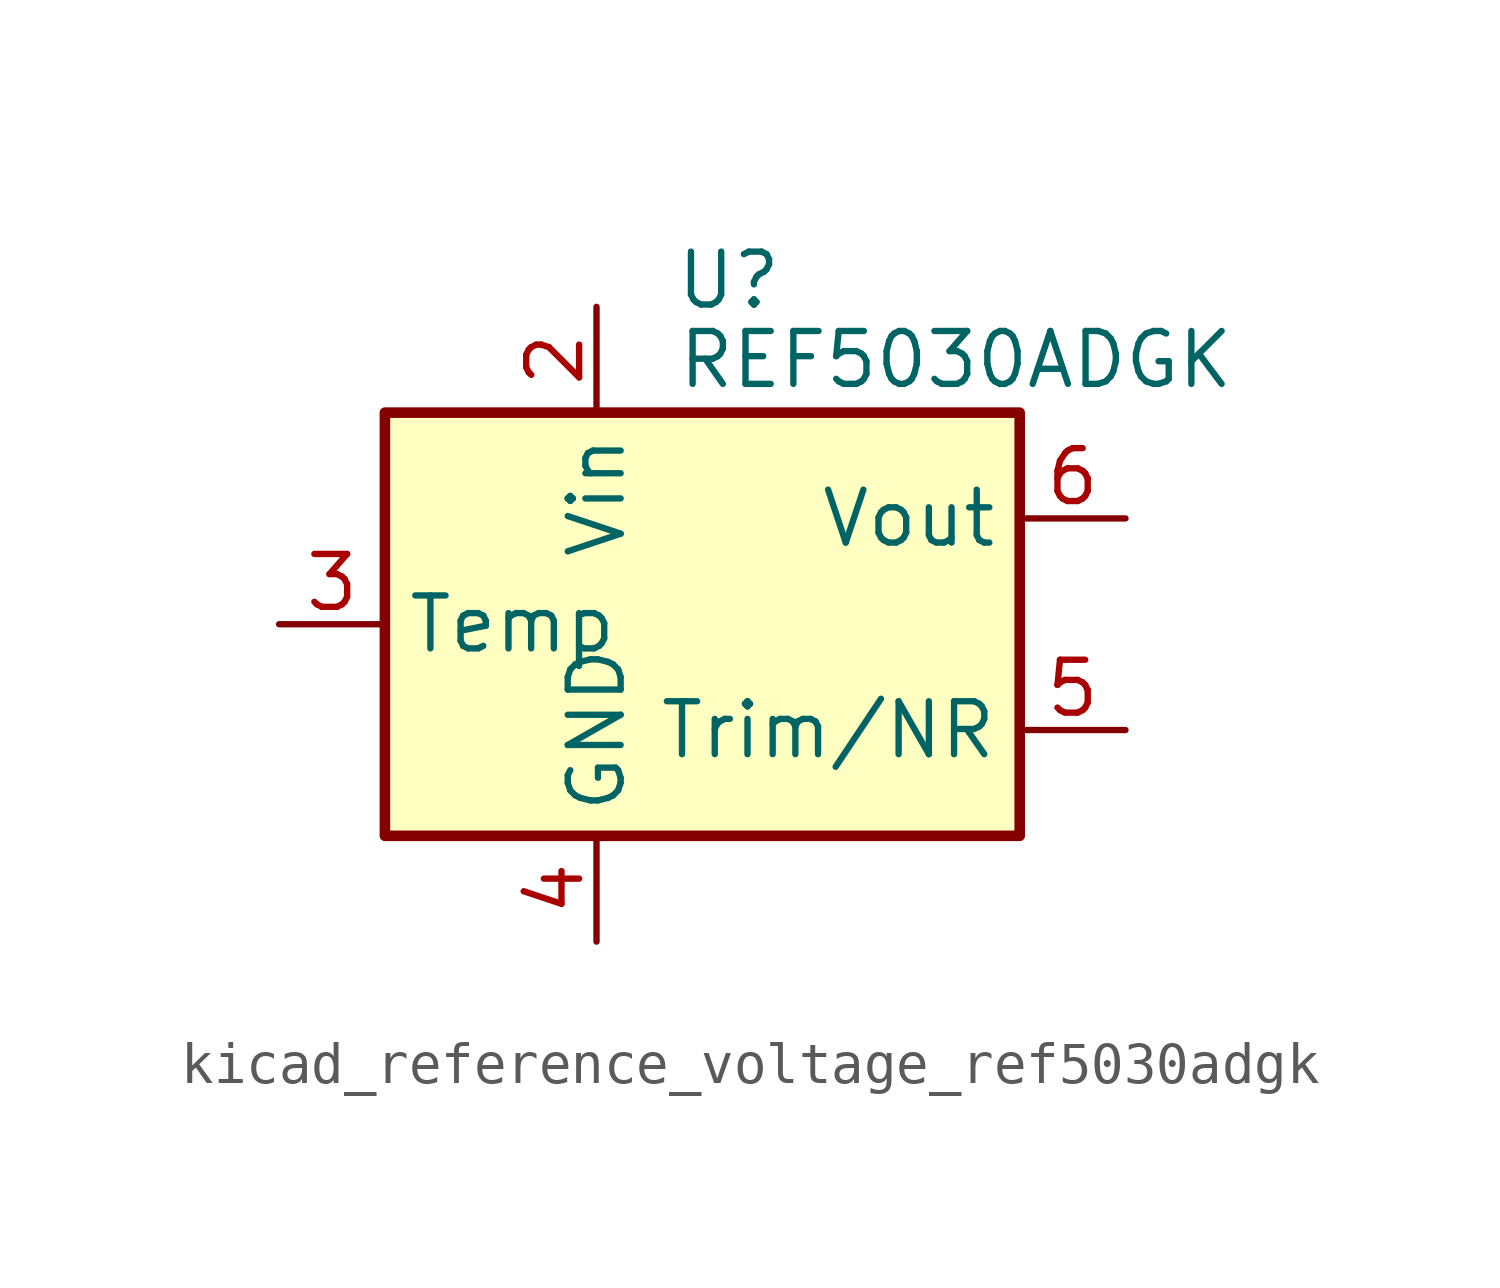
<source format=kicad_sym>
(kicad_symbol_lib
  (version 20220914)
  (generator kicad_symbol_editor)
  (symbol "kicad_reference_voltage_ref5030adgk"
    (property "Reference" "U"
      (at 0.635 8.255 0)
      (effects (font (size 1.27 1.27))))
    (property "Value" "REF5030ADGK"
      (at -0.635 6.35 0)
      (effects (font (size 1.27 1.27)) (justify left)))
    (symbol "kicad_reference_voltage_ref5030adgk_0_1"
      (rectangle (start -7.62 5.08) (end 7.62 -5.08) (stroke (width 0.254) (type default)) (fill (type background))))
    (symbol "kicad_reference_voltage_ref5030adgk_1_1"
      (pin no_connect line (at -7.62 2.54 0) (length 2.54) hide (name "DNC" (effects (font (size 1.27 1.27)))) (number "1" (effects (font (size 1.27 1.27)))))
      (pin power_in line (at -2.54 7.62 270) (length 2.54) (name "Vin" (effects (font (size 1.27 1.27)))) (number "2" (effects (font (size 1.27 1.27)))))
      (pin passive line (at -10.16 0 0) (length 2.54) (name "Temp" (effects (font (size 1.27 1.27)))) (number "3" (effects (font (size 1.27 1.27)))))
      (pin power_in line (at -2.54 -7.62 90) (length 2.54) (name "GND" (effects (font (size 1.27 1.27)))) (number "4" (effects (font (size 1.27 1.27)))))
      (pin passive line (at 10.16 -2.54 180) (length 2.54) (name "Trim/NR" (effects (font (size 1.27 1.27)))) (number "5" (effects (font (size 1.27 1.27)))))
      (pin power_out line (at 10.16 2.54 180) (length 2.54) (name "Vout" (effects (font (size 1.27 1.27)))) (number "6" (effects (font (size 1.27 1.27)))))
      (pin no_connect line (at -5.08 -5.08 90) (length 2.54) hide (name "NC" (effects (font (size 1.27 1.27)))) (number "7" (effects (font (size 1.27 1.27)))))
      (pin no_connect line (at 7.62 0 180) (length 2.54) hide (name "DNC" (effects (font (size 1.27 1.27)))) (number "8" (effects (font (size 1.27 1.27))))))))
</source>
